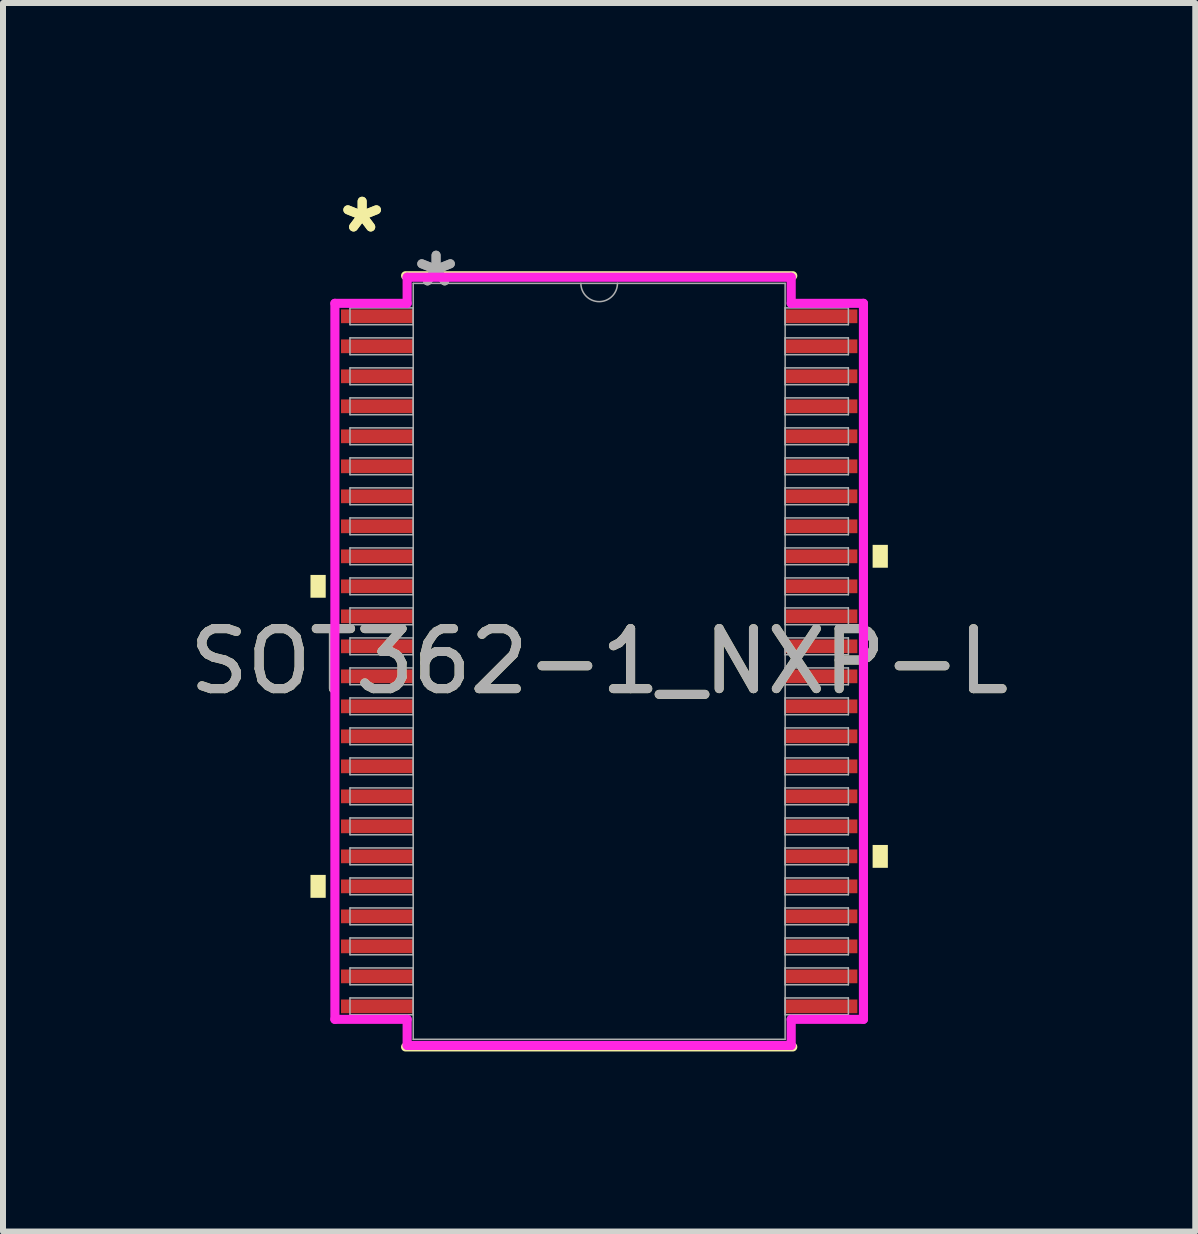
<source format=kicad_pcb>
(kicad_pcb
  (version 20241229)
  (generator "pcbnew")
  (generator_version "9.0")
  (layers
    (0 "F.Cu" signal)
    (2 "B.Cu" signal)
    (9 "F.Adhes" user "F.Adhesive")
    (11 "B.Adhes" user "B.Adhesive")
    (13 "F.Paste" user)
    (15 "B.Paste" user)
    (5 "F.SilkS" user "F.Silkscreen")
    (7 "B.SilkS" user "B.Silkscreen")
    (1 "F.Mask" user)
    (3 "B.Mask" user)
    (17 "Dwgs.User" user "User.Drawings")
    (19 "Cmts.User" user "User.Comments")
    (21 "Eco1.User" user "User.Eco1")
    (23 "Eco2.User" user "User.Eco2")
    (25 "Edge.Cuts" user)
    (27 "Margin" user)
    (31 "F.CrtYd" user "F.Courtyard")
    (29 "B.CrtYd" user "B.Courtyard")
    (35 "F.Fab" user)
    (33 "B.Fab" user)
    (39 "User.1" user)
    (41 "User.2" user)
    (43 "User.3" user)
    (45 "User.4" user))
  (footprint "SOT362-1_NXP-L"
    (layer "F.Cu")
    (at 6.935 7.971)
    (property "Reference" "SOT362-1_NXP-L" (at 0 0 0) (unlocked yes) (layer "F.SilkS") (effects (font (size 1 1) (thickness 0.15))))
    (attr smd)
    (fp_line (start -3.226 6.426) (end 3.226 6.426) (stroke (width 0.152) (type solid)) (layer "F.SilkS"))
    (fp_line (start 3.226 -6.426) (end -3.226 -6.426) (stroke (width 0.152) (type solid)) (layer "F.SilkS"))
    (fp_poly (pts (xy -4.811 -1.44) (xy -4.811 -1.06) (xy -4.557 -1.06) (xy -4.557 -1.44)) (stroke (width 0) (type solid)) (fill yes) (layer "F.SilkS"))
    (fp_poly (pts (xy -4.811 3.559) (xy -4.811 3.941) (xy -4.557 3.941) (xy -4.557 3.559)) (stroke (width 0) (type solid)) (fill yes) (layer "F.SilkS"))
    (fp_poly (pts (xy 4.811 -1.941) (xy 4.811 -1.56) (xy 4.557 -1.56) (xy 4.557 -1.941)) (stroke (width 0) (type solid)) (fill yes) (layer "F.SilkS"))
    (fp_poly (pts (xy 4.811 3.06) (xy 4.811 3.441) (xy 4.557 3.441) (xy 4.557 3.06)) (stroke (width 0) (type solid)) (fill yes) (layer "F.SilkS"))
    (fp_line (start -4.404 -5.966) (end -3.2 -5.966) (stroke (width 0.152) (type solid)) (layer "F.CrtYd"))
    (fp_line (start -4.404 5.966) (end -4.404 -5.966) (stroke (width 0.152) (type solid)) (layer "F.CrtYd"))
    (fp_line (start -4.404 5.966) (end -3.2 5.966) (stroke (width 0.152) (type solid)) (layer "F.CrtYd"))
    (fp_line (start -3.2 -6.401) (end 3.2 -6.401) (stroke (width 0.152) (type solid)) (layer "F.CrtYd"))
    (fp_line (start -3.2 -5.966) (end -3.2 -6.401) (stroke (width 0.152) (type solid)) (layer "F.CrtYd"))
    (fp_line (start -3.2 6.401) (end -3.2 5.966) (stroke (width 0.152) (type solid)) (layer "F.CrtYd"))
    (fp_line (start 3.2 -6.401) (end 3.2 -5.966) (stroke (width 0.152) (type solid)) (layer "F.CrtYd"))
    (fp_line (start 3.2 5.966) (end 3.2 6.401) (stroke (width 0.152) (type solid)) (layer "F.CrtYd"))
    (fp_line (start 3.2 6.401) (end -3.2 6.401) (stroke (width 0.152) (type solid)) (layer "F.CrtYd"))
    (fp_line (start 4.404 -5.966) (end 3.2 -5.966) (stroke (width 0.152) (type solid)) (layer "F.CrtYd"))
    (fp_line (start 4.404 -5.966) (end 4.404 5.966) (stroke (width 0.152) (type solid)) (layer "F.CrtYd"))
    (fp_line (start 4.404 5.966) (end 3.2 5.966) (stroke (width 0.152) (type solid)) (layer "F.CrtYd"))
    (fp_line (start -4.153 -5.89) (end -4.153 -5.61) (stroke (width 0.025) (type solid)) (layer "F.Fab"))
    (fp_line (start -4.153 -5.61) (end -3.099 -5.61) (stroke (width 0.025) (type solid)) (layer "F.Fab"))
    (fp_line (start -4.153 -5.39) (end -4.153 -5.11) (stroke (width 0.025) (type solid)) (layer "F.Fab"))
    (fp_line (start -4.153 -5.11) (end -3.099 -5.11) (stroke (width 0.025) (type solid)) (layer "F.Fab"))
    (fp_line (start -4.153 -4.89) (end -4.153 -4.61) (stroke (width 0.025) (type solid)) (layer "F.Fab"))
    (fp_line (start -4.153 -4.61) (end -3.099 -4.61) (stroke (width 0.025) (type solid)) (layer "F.Fab"))
    (fp_line (start -4.153 -4.39) (end -4.153 -4.11) (stroke (width 0.025) (type solid)) (layer "F.Fab"))
    (fp_line (start -4.153 -4.11) (end -3.099 -4.11) (stroke (width 0.025) (type solid)) (layer "F.Fab"))
    (fp_line (start -4.153 -3.89) (end -4.153 -3.61) (stroke (width 0.025) (type solid)) (layer "F.Fab"))
    (fp_line (start -4.153 -3.61) (end -3.099 -3.61) (stroke (width 0.025) (type solid)) (layer "F.Fab"))
    (fp_line (start -4.153 -3.39) (end -4.153 -3.11) (stroke (width 0.025) (type solid)) (layer "F.Fab"))
    (fp_line (start -4.153 -3.11) (end -3.099 -3.11) (stroke (width 0.025) (type solid)) (layer "F.Fab"))
    (fp_line (start -4.153 -2.89) (end -4.153 -2.61) (stroke (width 0.025) (type solid)) (layer "F.Fab"))
    (fp_line (start -4.153 -2.61) (end -3.099 -2.61) (stroke (width 0.025) (type solid)) (layer "F.Fab"))
    (fp_line (start -4.153 -2.39) (end -4.153 -2.11) (stroke (width 0.025) (type solid)) (layer "F.Fab"))
    (fp_line (start -4.153 -2.11) (end -3.099 -2.11) (stroke (width 0.025) (type solid)) (layer "F.Fab"))
    (fp_line (start -4.153 -1.89) (end -4.153 -1.61) (stroke (width 0.025) (type solid)) (layer "F.Fab"))
    (fp_line (start -4.153 -1.61) (end -3.099 -1.61) (stroke (width 0.025) (type solid)) (layer "F.Fab"))
    (fp_line (start -4.153 -1.39) (end -4.153 -1.11) (stroke (width 0.025) (type solid)) (layer "F.Fab"))
    (fp_line (start -4.153 -1.11) (end -3.099 -1.11) (stroke (width 0.025) (type solid)) (layer "F.Fab"))
    (fp_line (start -4.153 -0.89) (end -4.153 -0.61) (stroke (width 0.025) (type solid)) (layer "F.Fab"))
    (fp_line (start -4.153 -0.61) (end -3.099 -0.61) (stroke (width 0.025) (type solid)) (layer "F.Fab"))
    (fp_line (start -4.153 -0.39) (end -4.153 -0.11) (stroke (width 0.025) (type solid)) (layer "F.Fab"))
    (fp_line (start -4.153 -0.11) (end -3.099 -0.11) (stroke (width 0.025) (type solid)) (layer "F.Fab"))
    (fp_line (start -4.153 0.11) (end -4.153 0.39) (stroke (width 0.025) (type solid)) (layer "F.Fab"))
    (fp_line (start -4.153 0.39) (end -3.099 0.39) (stroke (width 0.025) (type solid)) (layer "F.Fab"))
    (fp_line (start -4.153 0.61) (end -4.153 0.89) (stroke (width 0.025) (type solid)) (layer "F.Fab"))
    (fp_line (start -4.153 0.89) (end -3.099 0.89) (stroke (width 0.025) (type solid)) (layer "F.Fab"))
    (fp_line (start -4.153 1.11) (end -4.153 1.39) (stroke (width 0.025) (type solid)) (layer "F.Fab"))
    (fp_line (start -4.153 1.39) (end -3.099 1.39) (stroke (width 0.025) (type solid)) (layer "F.Fab"))
    (fp_line (start -4.153 1.61) (end -4.153 1.89) (stroke (width 0.025) (type solid)) (layer "F.Fab"))
    (fp_line (start -4.153 1.89) (end -3.099 1.89) (stroke (width 0.025) (type solid)) (layer "F.Fab"))
    (fp_line (start -4.153 2.11) (end -4.153 2.39) (stroke (width 0.025) (type solid)) (layer "F.Fab"))
    (fp_line (start -4.153 2.39) (end -3.099 2.39) (stroke (width 0.025) (type solid)) (layer "F.Fab"))
    (fp_line (start -4.153 2.61) (end -4.153 2.89) (stroke (width 0.025) (type solid)) (layer "F.Fab"))
    (fp_line (start -4.153 2.89) (end -3.099 2.89) (stroke (width 0.025) (type solid)) (layer "F.Fab"))
    (fp_line (start -4.153 3.11) (end -4.153 3.39) (stroke (width 0.025) (type solid)) (layer "F.Fab"))
    (fp_line (start -4.153 3.39) (end -3.099 3.39) (stroke (width 0.025) (type solid)) (layer "F.Fab"))
    (fp_line (start -4.153 3.61) (end -4.153 3.89) (stroke (width 0.025) (type solid)) (layer "F.Fab"))
    (fp_line (start -4.153 3.89) (end -3.099 3.89) (stroke (width 0.025) (type solid)) (layer "F.Fab"))
    (fp_line (start -4.153 4.11) (end -4.153 4.39) (stroke (width 0.025) (type solid)) (layer "F.Fab"))
    (fp_line (start -4.153 4.39) (end -3.099 4.39) (stroke (width 0.025) (type solid)) (layer "F.Fab"))
    (fp_line (start -4.153 4.61) (end -4.153 4.89) (stroke (width 0.025) (type solid)) (layer "F.Fab"))
    (fp_line (start -4.153 4.89) (end -3.099 4.89) (stroke (width 0.025) (type solid)) (layer "F.Fab"))
    (fp_line (start -4.153 5.11) (end -4.153 5.39) (stroke (width 0.025) (type solid)) (layer "F.Fab"))
    (fp_line (start -4.153 5.39) (end -3.099 5.39) (stroke (width 0.025) (type solid)) (layer "F.Fab"))
    (fp_line (start -4.153 5.61) (end -4.153 5.89) (stroke (width 0.025) (type solid)) (layer "F.Fab"))
    (fp_line (start -4.153 5.89) (end -3.099 5.89) (stroke (width 0.025) (type solid)) (layer "F.Fab"))
    (fp_line (start -3.099 -6.299) (end -3.099 6.299) (stroke (width 0.025) (type solid)) (layer "F.Fab"))
    (fp_line (start -3.099 -5.89) (end -4.153 -5.89) (stroke (width 0.025) (type solid)) (layer "F.Fab"))
    (fp_line (start -3.099 -5.61) (end -3.099 -5.89) (stroke (width 0.025) (type solid)) (layer "F.Fab"))
    (fp_line (start -3.099 -5.39) (end -4.153 -5.39) (stroke (width 0.025) (type solid)) (layer "F.Fab"))
    (fp_line (start -3.099 -5.11) (end -3.099 -5.39) (stroke (width 0.025) (type solid)) (layer "F.Fab"))
    (fp_line (start -3.099 -4.89) (end -4.153 -4.89) (stroke (width 0.025) (type solid)) (layer "F.Fab"))
    (fp_line (start -3.099 -4.61) (end -3.099 -4.89) (stroke (width 0.025) (type solid)) (layer "F.Fab"))
    (fp_line (start -3.099 -4.39) (end -4.153 -4.39) (stroke (width 0.025) (type solid)) (layer "F.Fab"))
    (fp_line (start -3.099 -4.11) (end -3.099 -4.39) (stroke (width 0.025) (type solid)) (layer "F.Fab"))
    (fp_line (start -3.099 -3.89) (end -4.153 -3.89) (stroke (width 0.025) (type solid)) (layer "F.Fab"))
    (fp_line (start -3.099 -3.61) (end -3.099 -3.89) (stroke (width 0.025) (type solid)) (layer "F.Fab"))
    (fp_line (start -3.099 -3.39) (end -4.153 -3.39) (stroke (width 0.025) (type solid)) (layer "F.Fab"))
    (fp_line (start -3.099 -3.11) (end -3.099 -3.39) (stroke (width 0.025) (type solid)) (layer "F.Fab"))
    (fp_line (start -3.099 -2.89) (end -4.153 -2.89) (stroke (width 0.025) (type solid)) (layer "F.Fab"))
    (fp_line (start -3.099 -2.61) (end -3.099 -2.89) (stroke (width 0.025) (type solid)) (layer "F.Fab"))
    (fp_line (start -3.099 -2.39) (end -4.153 -2.39) (stroke (width 0.025) (type solid)) (layer "F.Fab"))
    (fp_line (start -3.099 -2.11) (end -3.099 -2.39) (stroke (width 0.025) (type solid)) (layer "F.Fab"))
    (fp_line (start -3.099 -1.89) (end -4.153 -1.89) (stroke (width 0.025) (type solid)) (layer "F.Fab"))
    (fp_line (start -3.099 -1.61) (end -3.099 -1.89) (stroke (width 0.025) (type solid)) (layer "F.Fab"))
    (fp_line (start -3.099 -1.39) (end -4.153 -1.39) (stroke (width 0.025) (type solid)) (layer "F.Fab"))
    (fp_line (start -3.099 -1.11) (end -3.099 -1.39) (stroke (width 0.025) (type solid)) (layer "F.Fab"))
    (fp_line (start -3.099 -0.89) (end -4.153 -0.89) (stroke (width 0.025) (type solid)) (layer "F.Fab"))
    (fp_line (start -3.099 -0.61) (end -3.099 -0.89) (stroke (width 0.025) (type solid)) (layer "F.Fab"))
    (fp_line (start -3.099 -0.39) (end -4.153 -0.39) (stroke (width 0.025) (type solid)) (layer "F.Fab"))
    (fp_line (start -3.099 -0.11) (end -3.099 -0.39) (stroke (width 0.025) (type solid)) (layer "F.Fab"))
    (fp_line (start -3.099 0.11) (end -4.153 0.11) (stroke (width 0.025) (type solid)) (layer "F.Fab"))
    (fp_line (start -3.099 0.39) (end -3.099 0.11) (stroke (width 0.025) (type solid)) (layer "F.Fab"))
    (fp_line (start -3.099 0.61) (end -4.153 0.61) (stroke (width 0.025) (type solid)) (layer "F.Fab"))
    (fp_line (start -3.099 0.89) (end -3.099 0.61) (stroke (width 0.025) (type solid)) (layer "F.Fab"))
    (fp_line (start -3.099 1.11) (end -4.153 1.11) (stroke (width 0.025) (type solid)) (layer "F.Fab"))
    (fp_line (start -3.099 1.39) (end -3.099 1.11) (stroke (width 0.025) (type solid)) (layer "F.Fab"))
    (fp_line (start -3.099 1.61) (end -4.153 1.61) (stroke (width 0.025) (type solid)) (layer "F.Fab"))
    (fp_line (start -3.099 1.89) (end -3.099 1.61) (stroke (width 0.025) (type solid)) (layer "F.Fab"))
    (fp_line (start -3.099 2.11) (end -4.153 2.11) (stroke (width 0.025) (type solid)) (layer "F.Fab"))
    (fp_line (start -3.099 2.39) (end -3.099 2.11) (stroke (width 0.025) (type solid)) (layer "F.Fab"))
    (fp_line (start -3.099 2.61) (end -4.153 2.61) (stroke (width 0.025) (type solid)) (layer "F.Fab"))
    (fp_line (start -3.099 2.89) (end -3.099 2.61) (stroke (width 0.025) (type solid)) (layer "F.Fab"))
    (fp_line (start -3.099 3.11) (end -4.153 3.11) (stroke (width 0.025) (type solid)) (layer "F.Fab"))
    (fp_line (start -3.099 3.39) (end -3.099 3.11) (stroke (width 0.025) (type solid)) (layer "F.Fab"))
    (fp_line (start -3.099 3.61) (end -4.153 3.61) (stroke (width 0.025) (type solid)) (layer "F.Fab"))
    (fp_line (start -3.099 3.89) (end -3.099 3.61) (stroke (width 0.025) (type solid)) (layer "F.Fab"))
    (fp_line (start -3.099 4.11) (end -4.153 4.11) (stroke (width 0.025) (type solid)) (layer "F.Fab"))
    (fp_line (start -3.099 4.39) (end -3.099 4.11) (stroke (width 0.025) (type solid)) (layer "F.Fab"))
    (fp_line (start -3.099 4.61) (end -4.153 4.61) (stroke (width 0.025) (type solid)) (layer "F.Fab"))
    (fp_line (start -3.099 4.89) (end -3.099 4.61) (stroke (width 0.025) (type solid)) (layer "F.Fab"))
    (fp_line (start -3.099 5.11) (end -4.153 5.11) (stroke (width 0.025) (type solid)) (layer "F.Fab"))
    (fp_line (start -3.099 5.39) (end -3.099 5.11) (stroke (width 0.025) (type solid)) (layer "F.Fab"))
    (fp_line (start -3.099 5.61) (end -4.153 5.61) (stroke (width 0.025) (type solid)) (layer "F.Fab"))
    (fp_line (start -3.099 5.89) (end -3.099 5.61) (stroke (width 0.025) (type solid)) (layer "F.Fab"))
    (fp_line (start -3.099 6.299) (end 3.099 6.299) (stroke (width 0.025) (type solid)) (layer "F.Fab"))
    (fp_line (start 3.099 -6.299) (end -3.099 -6.299) (stroke (width 0.025) (type solid)) (layer "F.Fab"))
    (fp_line (start 3.099 -5.89) (end 3.099 -5.61) (stroke (width 0.025) (type solid)) (layer "F.Fab"))
    (fp_line (start 3.099 -5.61) (end 4.153 -5.61) (stroke (width 0.025) (type solid)) (layer "F.Fab"))
    (fp_line (start 3.099 -5.39) (end 3.099 -5.11) (stroke (width 0.025) (type solid)) (layer "F.Fab"))
    (fp_line (start 3.099 -5.11) (end 4.153 -5.11) (stroke (width 0.025) (type solid)) (layer "F.Fab"))
    (fp_line (start 3.099 -4.89) (end 3.099 -4.61) (stroke (width 0.025) (type solid)) (layer "F.Fab"))
    (fp_line (start 3.099 -4.61) (end 4.153 -4.61) (stroke (width 0.025) (type solid)) (layer "F.Fab"))
    (fp_line (start 3.099 -4.39) (end 3.099 -4.11) (stroke (width 0.025) (type solid)) (layer "F.Fab"))
    (fp_line (start 3.099 -4.11) (end 4.153 -4.11) (stroke (width 0.025) (type solid)) (layer "F.Fab"))
    (fp_line (start 3.099 -3.89) (end 3.099 -3.61) (stroke (width 0.025) (type solid)) (layer "F.Fab"))
    (fp_line (start 3.099 -3.61) (end 4.153 -3.61) (stroke (width 0.025) (type solid)) (layer "F.Fab"))
    (fp_line (start 3.099 -3.39) (end 3.099 -3.11) (stroke (width 0.025) (type solid)) (layer "F.Fab"))
    (fp_line (start 3.099 -3.11) (end 4.153 -3.11) (stroke (width 0.025) (type solid)) (layer "F.Fab"))
    (fp_line (start 3.099 -2.89) (end 3.099 -2.61) (stroke (width 0.025) (type solid)) (layer "F.Fab"))
    (fp_line (start 3.099 -2.61) (end 4.153 -2.61) (stroke (width 0.025) (type solid)) (layer "F.Fab"))
    (fp_line (start 3.099 -2.39) (end 3.099 -2.11) (stroke (width 0.025) (type solid)) (layer "F.Fab"))
    (fp_line (start 3.099 -2.11) (end 4.153 -2.11) (stroke (width 0.025) (type solid)) (layer "F.Fab"))
    (fp_line (start 3.099 -1.89) (end 3.099 -1.61) (stroke (width 0.025) (type solid)) (layer "F.Fab"))
    (fp_line (start 3.099 -1.61) (end 4.153 -1.61) (stroke (width 0.025) (type solid)) (layer "F.Fab"))
    (fp_line (start 3.099 -1.39) (end 3.099 -1.11) (stroke (width 0.025) (type solid)) (layer "F.Fab"))
    (fp_line (start 3.099 -1.11) (end 4.153 -1.11) (stroke (width 0.025) (type solid)) (layer "F.Fab"))
    (fp_line (start 3.099 -0.89) (end 3.099 -0.61) (stroke (width 0.025) (type solid)) (layer "F.Fab"))
    (fp_line (start 3.099 -0.61) (end 4.153 -0.61) (stroke (width 0.025) (type solid)) (layer "F.Fab"))
    (fp_line (start 3.099 -0.39) (end 3.099 -0.11) (stroke (width 0.025) (type solid)) (layer "F.Fab"))
    (fp_line (start 3.099 -0.11) (end 4.153 -0.11) (stroke (width 0.025) (type solid)) (layer "F.Fab"))
    (fp_line (start 3.099 0.11) (end 3.099 0.39) (stroke (width 0.025) (type solid)) (layer "F.Fab"))
    (fp_line (start 3.099 0.39) (end 4.153 0.39) (stroke (width 0.025) (type solid)) (layer "F.Fab"))
    (fp_line (start 3.099 0.61) (end 3.099 0.89) (stroke (width 0.025) (type solid)) (layer "F.Fab"))
    (fp_line (start 3.099 0.89) (end 4.153 0.89) (stroke (width 0.025) (type solid)) (layer "F.Fab"))
    (fp_line (start 3.099 1.11) (end 3.099 1.39) (stroke (width 0.025) (type solid)) (layer "F.Fab"))
    (fp_line (start 3.099 1.39) (end 4.153 1.39) (stroke (width 0.025) (type solid)) (layer "F.Fab"))
    (fp_line (start 3.099 1.61) (end 3.099 1.89) (stroke (width 0.025) (type solid)) (layer "F.Fab"))
    (fp_line (start 3.099 1.89) (end 4.153 1.89) (stroke (width 0.025) (type solid)) (layer "F.Fab"))
    (fp_line (start 3.099 2.11) (end 3.099 2.39) (stroke (width 0.025) (type solid)) (layer "F.Fab"))
    (fp_line (start 3.099 2.39) (end 4.153 2.39) (stroke (width 0.025) (type solid)) (layer "F.Fab"))
    (fp_line (start 3.099 2.61) (end 3.099 2.89) (stroke (width 0.025) (type solid)) (layer "F.Fab"))
    (fp_line (start 3.099 2.89) (end 4.153 2.89) (stroke (width 0.025) (type solid)) (layer "F.Fab"))
    (fp_line (start 3.099 3.11) (end 3.099 3.39) (stroke (width 0.025) (type solid)) (layer "F.Fab"))
    (fp_line (start 3.099 3.39) (end 4.153 3.39) (stroke (width 0.025) (type solid)) (layer "F.Fab"))
    (fp_line (start 3.099 3.61) (end 3.099 3.89) (stroke (width 0.025) (type solid)) (layer "F.Fab"))
    (fp_line (start 3.099 3.89) (end 4.153 3.89) (stroke (width 0.025) (type solid)) (layer "F.Fab"))
    (fp_line (start 3.099 4.11) (end 3.099 4.39) (stroke (width 0.025) (type solid)) (layer "F.Fab"))
    (fp_line (start 3.099 4.39) (end 4.153 4.39) (stroke (width 0.025) (type solid)) (layer "F.Fab"))
    (fp_line (start 3.099 4.61) (end 3.099 4.89) (stroke (width 0.025) (type solid)) (layer "F.Fab"))
    (fp_line (start 3.099 4.89) (end 4.153 4.89) (stroke (width 0.025) (type solid)) (layer "F.Fab"))
    (fp_line (start 3.099 5.11) (end 3.099 5.39) (stroke (width 0.025) (type solid)) (layer "F.Fab"))
    (fp_line (start 3.099 5.39) (end 4.153 5.39) (stroke (width 0.025) (type solid)) (layer "F.Fab"))
    (fp_line (start 3.099 5.61) (end 3.099 5.89) (stroke (width 0.025) (type solid)) (layer "F.Fab"))
    (fp_line (start 3.099 5.89) (end 4.153 5.89) (stroke (width 0.025) (type solid)) (layer "F.Fab"))
    (fp_line (start 3.099 6.299) (end 3.099 -6.299) (stroke (width 0.025) (type solid)) (layer "F.Fab"))
    (fp_line (start 4.153 -5.89) (end 3.099 -5.89) (stroke (width 0.025) (type solid)) (layer "F.Fab"))
    (fp_line (start 4.153 -5.61) (end 4.153 -5.89) (stroke (width 0.025) (type solid)) (layer "F.Fab"))
    (fp_line (start 4.153 -5.39) (end 3.099 -5.39) (stroke (width 0.025) (type solid)) (layer "F.Fab"))
    (fp_line (start 4.153 -5.11) (end 4.153 -5.39) (stroke (width 0.025) (type solid)) (layer "F.Fab"))
    (fp_line (start 4.153 -4.89) (end 3.099 -4.89) (stroke (width 0.025) (type solid)) (layer "F.Fab"))
    (fp_line (start 4.153 -4.61) (end 4.153 -4.89) (stroke (width 0.025) (type solid)) (layer "F.Fab"))
    (fp_line (start 4.153 -4.39) (end 3.099 -4.39) (stroke (width 0.025) (type solid)) (layer "F.Fab"))
    (fp_line (start 4.153 -4.11) (end 4.153 -4.39) (stroke (width 0.025) (type solid)) (layer "F.Fab"))
    (fp_line (start 4.153 -3.89) (end 3.099 -3.89) (stroke (width 0.025) (type solid)) (layer "F.Fab"))
    (fp_line (start 4.153 -3.61) (end 4.153 -3.89) (stroke (width 0.025) (type solid)) (layer "F.Fab"))
    (fp_line (start 4.153 -3.39) (end 3.099 -3.39) (stroke (width 0.025) (type solid)) (layer "F.Fab"))
    (fp_line (start 4.153 -3.11) (end 4.153 -3.39) (stroke (width 0.025) (type solid)) (layer "F.Fab"))
    (fp_line (start 4.153 -2.89) (end 3.099 -2.89) (stroke (width 0.025) (type solid)) (layer "F.Fab"))
    (fp_line (start 4.153 -2.61) (end 4.153 -2.89) (stroke (width 0.025) (type solid)) (layer "F.Fab"))
    (fp_line (start 4.153 -2.39) (end 3.099 -2.39) (stroke (width 0.025) (type solid)) (layer "F.Fab"))
    (fp_line (start 4.153 -2.11) (end 4.153 -2.39) (stroke (width 0.025) (type solid)) (layer "F.Fab"))
    (fp_line (start 4.153 -1.89) (end 3.099 -1.89) (stroke (width 0.025) (type solid)) (layer "F.Fab"))
    (fp_line (start 4.153 -1.61) (end 4.153 -1.89) (stroke (width 0.025) (type solid)) (layer "F.Fab"))
    (fp_line (start 4.153 -1.39) (end 3.099 -1.39) (stroke (width 0.025) (type solid)) (layer "F.Fab"))
    (fp_line (start 4.153 -1.11) (end 4.153 -1.39) (stroke (width 0.025) (type solid)) (layer "F.Fab"))
    (fp_line (start 4.153 -0.89) (end 3.099 -0.89) (stroke (width 0.025) (type solid)) (layer "F.Fab"))
    (fp_line (start 4.153 -0.61) (end 4.153 -0.89) (stroke (width 0.025) (type solid)) (layer "F.Fab"))
    (fp_line (start 4.153 -0.39) (end 3.099 -0.39) (stroke (width 0.025) (type solid)) (layer "F.Fab"))
    (fp_line (start 4.153 -0.11) (end 4.153 -0.39) (stroke (width 0.025) (type solid)) (layer "F.Fab"))
    (fp_line (start 4.153 0.11) (end 3.099 0.11) (stroke (width 0.025) (type solid)) (layer "F.Fab"))
    (fp_line (start 4.153 0.39) (end 4.153 0.11) (stroke (width 0.025) (type solid)) (layer "F.Fab"))
    (fp_line (start 4.153 0.61) (end 3.099 0.61) (stroke (width 0.025) (type solid)) (layer "F.Fab"))
    (fp_line (start 4.153 0.89) (end 4.153 0.61) (stroke (width 0.025) (type solid)) (layer "F.Fab"))
    (fp_line (start 4.153 1.11) (end 3.099 1.11) (stroke (width 0.025) (type solid)) (layer "F.Fab"))
    (fp_line (start 4.153 1.39) (end 4.153 1.11) (stroke (width 0.025) (type solid)) (layer "F.Fab"))
    (fp_line (start 4.153 1.61) (end 3.099 1.61) (stroke (width 0.025) (type solid)) (layer "F.Fab"))
    (fp_line (start 4.153 1.89) (end 4.153 1.61) (stroke (width 0.025) (type solid)) (layer "F.Fab"))
    (fp_line (start 4.153 2.11) (end 3.099 2.11) (stroke (width 0.025) (type solid)) (layer "F.Fab"))
    (fp_line (start 4.153 2.39) (end 4.153 2.11) (stroke (width 0.025) (type solid)) (layer "F.Fab"))
    (fp_line (start 4.153 2.61) (end 3.099 2.61) (stroke (width 0.025) (type solid)) (layer "F.Fab"))
    (fp_line (start 4.153 2.89) (end 4.153 2.61) (stroke (width 0.025) (type solid)) (layer "F.Fab"))
    (fp_line (start 4.153 3.11) (end 3.099 3.11) (stroke (width 0.025) (type solid)) (layer "F.Fab"))
    (fp_line (start 4.153 3.39) (end 4.153 3.11) (stroke (width 0.025) (type solid)) (layer "F.Fab"))
    (fp_line (start 4.153 3.61) (end 3.099 3.61) (stroke (width 0.025) (type solid)) (layer "F.Fab"))
    (fp_line (start 4.153 3.89) (end 4.153 3.61) (stroke (width 0.025) (type solid)) (layer "F.Fab"))
    (fp_line (start 4.153 4.11) (end 3.099 4.11) (stroke (width 0.025) (type solid)) (layer "F.Fab"))
    (fp_line (start 4.153 4.39) (end 4.153 4.11) (stroke (width 0.025) (type solid)) (layer "F.Fab"))
    (fp_line (start 4.153 4.61) (end 3.099 4.61) (stroke (width 0.025) (type solid)) (layer "F.Fab"))
    (fp_line (start 4.153 4.89) (end 4.153 4.61) (stroke (width 0.025) (type solid)) (layer "F.Fab"))
    (fp_line (start 4.153 5.11) (end 3.099 5.11) (stroke (width 0.025) (type solid)) (layer "F.Fab"))
    (fp_line (start 4.153 5.39) (end 4.153 5.11) (stroke (width 0.025) (type solid)) (layer "F.Fab"))
    (fp_line (start 4.153 5.61) (end 3.099 5.61) (stroke (width 0.025) (type solid)) (layer "F.Fab"))
    (fp_line (start 4.153 5.89) (end 4.153 5.61) (stroke (width 0.025) (type solid)) (layer "F.Fab"))
    (fp_arc (start 0.3048 -6.2992) (mid 0 -5.9944) (end -0.3048 -6.2992) (stroke (width 0.0254) (type solid)) (layer "F.Fab"))
    (fp_text user "*" (at -3.95 -7.122 0) (unlocked yes) (layer "F.SilkS") (effects (font (size 1 1) (thickness 0.15))))
    (fp_text user "*" (at -3.95 -7.122 0) (layer "F.SilkS") (effects (font (size 1 1) (thickness 0.15))))
    (fp_text user "*" (at -2.718 -6.223 0) (layer "F.Fab") (effects (font (size 1 1) (thickness 0.15))))
    (fp_text user "*" (at -2.718 -6.223 0) (unlocked yes) (layer "F.Fab") (effects (font (size 1 1) (thickness 0.15))))
    (fp_text user "${REFERENCE}" (at 0 0 0) (unlocked yes) (layer "F.Fab") (effects (font (size 1 1) (thickness 0.15))))
    (pad "1" smd rect (at -3.696 -5.75) (size 1.213 0.229) (layers "F.Cu" "F.Mask" "F.Paste"))
    (pad "2" smd rect (at -3.696 -5.25) (size 1.213 0.229) (layers "F.Cu" "F.Mask" "F.Paste"))
    (pad "3" smd rect (at -3.696 -4.75) (size 1.213 0.229) (layers "F.Cu" "F.Mask" "F.Paste"))
    (pad "4" smd rect (at -3.696 -4.25) (size 1.213 0.229) (layers "F.Cu" "F.Mask" "F.Paste"))
    (pad "5" smd rect (at -3.696 -3.75) (size 1.213 0.229) (layers "F.Cu" "F.Mask" "F.Paste"))
    (pad "6" smd rect (at -3.696 -3.25) (size 1.213 0.229) (layers "F.Cu" "F.Mask" "F.Paste"))
    (pad "7" smd rect (at -3.696 -2.75) (size 1.213 0.229) (layers "F.Cu" "F.Mask" "F.Paste"))
    (pad "8" smd rect (at -3.696 -2.25) (size 1.213 0.229) (layers "F.Cu" "F.Mask" "F.Paste"))
    (pad "9" smd rect (at -3.696 -1.75) (size 1.213 0.229) (layers "F.Cu" "F.Mask" "F.Paste"))
    (pad "10" smd rect (at -3.696 -1.25) (size 1.213 0.229) (layers "F.Cu" "F.Mask" "F.Paste"))
    (pad "11" smd rect (at -3.696 -0.75) (size 1.213 0.229) (layers "F.Cu" "F.Mask" "F.Paste"))
    (pad "12" smd rect (at -3.696 -0.25) (size 1.213 0.229) (layers "F.Cu" "F.Mask" "F.Paste"))
    (pad "13" smd rect (at -3.696 0.25) (size 1.213 0.229) (layers "F.Cu" "F.Mask" "F.Paste"))
    (pad "14" smd rect (at -3.696 0.75) (size 1.213 0.229) (layers "F.Cu" "F.Mask" "F.Paste"))
    (pad "15" smd rect (at -3.696 1.25) (size 1.213 0.229) (layers "F.Cu" "F.Mask" "F.Paste"))
    (pad "16" smd rect (at -3.696 1.75) (size 1.213 0.229) (layers "F.Cu" "F.Mask" "F.Paste"))
    (pad "17" smd rect (at -3.696 2.25) (size 1.213 0.229) (layers "F.Cu" "F.Mask" "F.Paste"))
    (pad "18" smd rect (at -3.696 2.75) (size 1.213 0.229) (layers "F.Cu" "F.Mask" "F.Paste"))
    (pad "19" smd rect (at -3.696 3.25) (size 1.213 0.229) (layers "F.Cu" "F.Mask" "F.Paste"))
    (pad "20" smd rect (at -3.696 3.75) (size 1.213 0.229) (layers "F.Cu" "F.Mask" "F.Paste"))
    (pad "21" smd rect (at -3.696 4.25) (size 1.213 0.229) (layers "F.Cu" "F.Mask" "F.Paste"))
    (pad "22" smd rect (at -3.696 4.75) (size 1.213 0.229) (layers "F.Cu" "F.Mask" "F.Paste"))
    (pad "23" smd rect (at -3.696 5.25) (size 1.213 0.229) (layers "F.Cu" "F.Mask" "F.Paste"))
    (pad "24" smd rect (at -3.696 5.75) (size 1.213 0.229) (layers "F.Cu" "F.Mask" "F.Paste"))
    (pad "25" smd rect (at 3.696 5.75) (size 1.213 0.229) (layers "F.Cu" "F.Mask" "F.Paste"))
    (pad "26" smd rect (at 3.696 5.25) (size 1.213 0.229) (layers "F.Cu" "F.Mask" "F.Paste"))
    (pad "27" smd rect (at 3.696 4.75) (size 1.213 0.229) (layers "F.Cu" "F.Mask" "F.Paste"))
    (pad "28" smd rect (at 3.696 4.25) (size 1.213 0.229) (layers "F.Cu" "F.Mask" "F.Paste"))
    (pad "29" smd rect (at 3.696 3.75) (size 1.213 0.229) (layers "F.Cu" "F.Mask" "F.Paste"))
    (pad "30" smd rect (at 3.696 3.25) (size 1.213 0.229) (layers "F.Cu" "F.Mask" "F.Paste"))
    (pad "31" smd rect (at 3.696 2.75) (size 1.213 0.229) (layers "F.Cu" "F.Mask" "F.Paste"))
    (pad "32" smd rect (at 3.696 2.25) (size 1.213 0.229) (layers "F.Cu" "F.Mask" "F.Paste"))
    (pad "33" smd rect (at 3.696 1.75) (size 1.213 0.229) (layers "F.Cu" "F.Mask" "F.Paste"))
    (pad "34" smd rect (at 3.696 1.25) (size 1.213 0.229) (layers "F.Cu" "F.Mask" "F.Paste"))
    (pad "35" smd rect (at 3.696 0.75) (size 1.213 0.229) (layers "F.Cu" "F.Mask" "F.Paste"))
    (pad "36" smd rect (at 3.696 0.25) (size 1.213 0.229) (layers "F.Cu" "F.Mask" "F.Paste"))
    (pad "37" smd rect (at 3.696 -0.25) (size 1.213 0.229) (layers "F.Cu" "F.Mask" "F.Paste"))
    (pad "38" smd rect (at 3.696 -0.75) (size 1.213 0.229) (layers "F.Cu" "F.Mask" "F.Paste"))
    (pad "39" smd rect (at 3.696 -1.25) (size 1.213 0.229) (layers "F.Cu" "F.Mask" "F.Paste"))
    (pad "40" smd rect (at 3.696 -1.75) (size 1.213 0.229) (layers "F.Cu" "F.Mask" "F.Paste"))
    (pad "41" smd rect (at 3.696 -2.25) (size 1.213 0.229) (layers "F.Cu" "F.Mask" "F.Paste"))
    (pad "42" smd rect (at 3.696 -2.75) (size 1.213 0.229) (layers "F.Cu" "F.Mask" "F.Paste"))
    (pad "43" smd rect (at 3.696 -3.25) (size 1.213 0.229) (layers "F.Cu" "F.Mask" "F.Paste"))
    (pad "44" smd rect (at 3.696 -3.75) (size 1.213 0.229) (layers "F.Cu" "F.Mask" "F.Paste"))
    (pad "45" smd rect (at 3.696 -4.25) (size 1.213 0.229) (layers "F.Cu" "F.Mask" "F.Paste"))
    (pad "46" smd rect (at 3.696 -4.75) (size 1.213 0.229) (layers "F.Cu" "F.Mask" "F.Paste"))
    (pad "47" smd rect (at 3.696 -5.25) (size 1.213 0.229) (layers "F.Cu" "F.Mask" "F.Paste"))
    (pad "48" smd rect (at 3.696 -5.75) (size 1.213 0.229) (layers "F.Cu" "F.Mask" "F.Paste")))
  (gr_rect
    (start -3 -3)
    (end 16.869 17.473)
    (stroke (width 0.1) (type default))
    (fill no)
    (layer "Edge.Cuts")))
</source>
